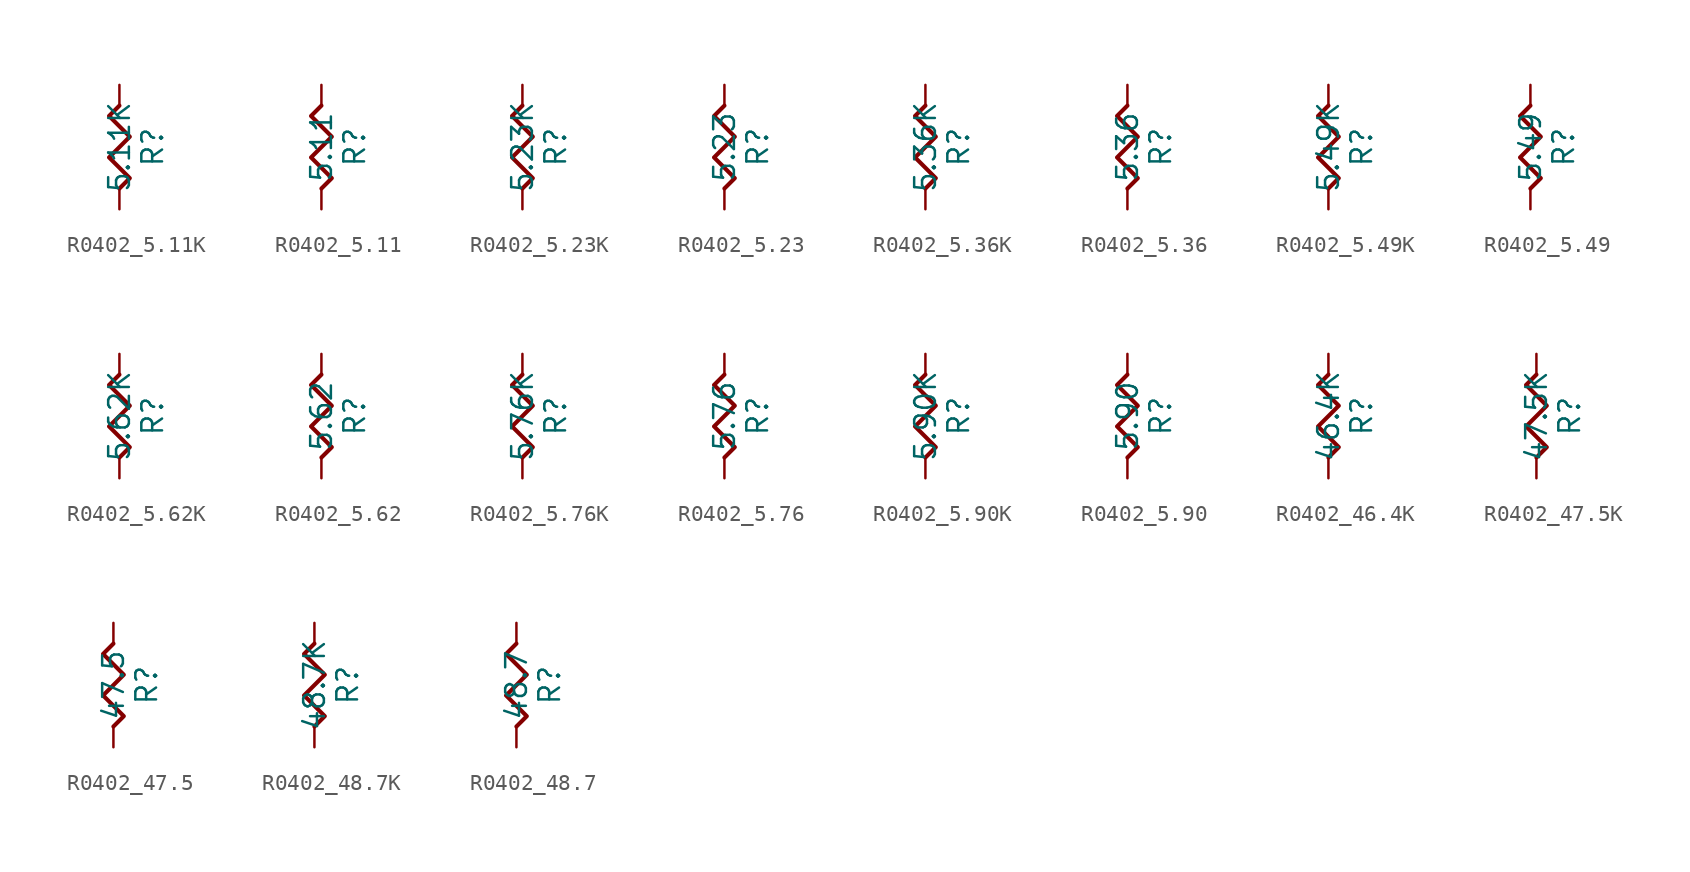
<source format=kicad_sym>
(kicad_symbol_lib
  (version 20211014)
  (generator atlantix-eda)
  (symbol "R0402_5.11K"
    (pin_numbers hide)
    (pin_names
      (offset 0))
    (property "Reference" "R"
      (at 2.032 0 90)
      (effects (font (size 1.27 1.27))))
    (property "Value" "5.11K"
      (at 0 0 90)
      (effects (font (size 1.27 1.27))))
    (symbol "R0402_5.11K_0_1"
      (polyline (pts (xy 0 -2.54) (xy 0.635 -1.905) (xy -0.635 -0.635) (xy 0.635 0.635) (xy -0.635 1.905) (xy 0 2.54)) (stroke (width 0.254) (type default) (color 0 0 0 0)) (fill (type none))))
    (symbol "R0402_5.11K_1_1"
      (pin passive line (at 0 3.81 270) (length 1.27) (name "~" (effects (font (size 1.27 1.27)))) (number "1" (effects (font (size 1.27 1.27)))))
      (pin passive line (at 0 -3.81 90) (length 1.27) (name "~" (effects (font (size 1.27 1.27)))) (number "2" (effects (font (size 1.27 1.27)))))))
  (symbol "R0402_5.11"
    (pin_numbers hide)
    (pin_names
      (offset 0))
    (property "Reference" "R"
      (at 2.032 0 90)
      (effects (font (size 1.27 1.27))))
    (property "Value" "5.11"
      (at 0 0 90)
      (effects (font (size 1.27 1.27))))
    (symbol "R0402_5.11_0_1"
      (polyline (pts (xy 0 -2.54) (xy 0.635 -1.905) (xy -0.635 -0.635) (xy 0.635 0.635) (xy -0.635 1.905) (xy 0 2.54)) (stroke (width 0.254) (type default) (color 0 0 0 0)) (fill (type none))))
    (symbol "R0402_5.11_1_1"
      (pin passive line (at 0 3.81 270) (length 1.27) (name "~" (effects (font (size 1.27 1.27)))) (number "1" (effects (font (size 1.27 1.27)))))
      (pin passive line (at 0 -3.81 90) (length 1.27) (name "~" (effects (font (size 1.27 1.27)))) (number "2" (effects (font (size 1.27 1.27)))))))
  (symbol "R0402_5.23K"
    (pin_numbers hide)
    (pin_names
      (offset 0))
    (property "Reference" "R"
      (at 2.032 0 90)
      (effects (font (size 1.27 1.27))))
    (property "Value" "5.23K"
      (at 0 0 90)
      (effects (font (size 1.27 1.27))))
    (symbol "R0402_5.23K_0_1"
      (polyline (pts (xy 0 -2.54) (xy 0.635 -1.905) (xy -0.635 -0.635) (xy 0.635 0.635) (xy -0.635 1.905) (xy 0 2.54)) (stroke (width 0.254) (type default) (color 0 0 0 0)) (fill (type none))))
    (symbol "R0402_5.23K_1_1"
      (pin passive line (at 0 3.81 270) (length 1.27) (name "~" (effects (font (size 1.27 1.27)))) (number "1" (effects (font (size 1.27 1.27)))))
      (pin passive line (at 0 -3.81 90) (length 1.27) (name "~" (effects (font (size 1.27 1.27)))) (number "2" (effects (font (size 1.27 1.27)))))))
  (symbol "R0402_5.23"
    (pin_numbers hide)
    (pin_names
      (offset 0))
    (property "Reference" "R"
      (at 2.032 0 90)
      (effects (font (size 1.27 1.27))))
    (property "Value" "5.23"
      (at 0 0 90)
      (effects (font (size 1.27 1.27))))
    (symbol "R0402_5.23_0_1"
      (polyline (pts (xy 0 -2.54) (xy 0.635 -1.905) (xy -0.635 -0.635) (xy 0.635 0.635) (xy -0.635 1.905) (xy 0 2.54)) (stroke (width 0.254) (type default) (color 0 0 0 0)) (fill (type none))))
    (symbol "R0402_5.23_1_1"
      (pin passive line (at 0 3.81 270) (length 1.27) (name "~" (effects (font (size 1.27 1.27)))) (number "1" (effects (font (size 1.27 1.27)))))
      (pin passive line (at 0 -3.81 90) (length 1.27) (name "~" (effects (font (size 1.27 1.27)))) (number "2" (effects (font (size 1.27 1.27)))))))
  (symbol "R0402_5.36K"
    (pin_numbers hide)
    (pin_names
      (offset 0))
    (property "Reference" "R"
      (at 2.032 0 90)
      (effects (font (size 1.27 1.27))))
    (property "Value" "5.36K"
      (at 0 0 90)
      (effects (font (size 1.27 1.27))))
    (symbol "R0402_5.36K_0_1"
      (polyline (pts (xy 0 -2.54) (xy 0.635 -1.905) (xy -0.635 -0.635) (xy 0.635 0.635) (xy -0.635 1.905) (xy 0 2.54)) (stroke (width 0.254) (type default) (color 0 0 0 0)) (fill (type none))))
    (symbol "R0402_5.36K_1_1"
      (pin passive line (at 0 3.81 270) (length 1.27) (name "~" (effects (font (size 1.27 1.27)))) (number "1" (effects (font (size 1.27 1.27)))))
      (pin passive line (at 0 -3.81 90) (length 1.27) (name "~" (effects (font (size 1.27 1.27)))) (number "2" (effects (font (size 1.27 1.27)))))))
  (symbol "R0402_5.36"
    (pin_numbers hide)
    (pin_names
      (offset 0))
    (property "Reference" "R"
      (at 2.032 0 90)
      (effects (font (size 1.27 1.27))))
    (property "Value" "5.36"
      (at 0 0 90)
      (effects (font (size 1.27 1.27))))
    (symbol "R0402_5.36_0_1"
      (polyline (pts (xy 0 -2.54) (xy 0.635 -1.905) (xy -0.635 -0.635) (xy 0.635 0.635) (xy -0.635 1.905) (xy 0 2.54)) (stroke (width 0.254) (type default) (color 0 0 0 0)) (fill (type none))))
    (symbol "R0402_5.36_1_1"
      (pin passive line (at 0 3.81 270) (length 1.27) (name "~" (effects (font (size 1.27 1.27)))) (number "1" (effects (font (size 1.27 1.27)))))
      (pin passive line (at 0 -3.81 90) (length 1.27) (name "~" (effects (font (size 1.27 1.27)))) (number "2" (effects (font (size 1.27 1.27)))))))
  (symbol "R0402_5.49K"
    (pin_numbers hide)
    (pin_names
      (offset 0))
    (property "Reference" "R"
      (at 2.032 0 90)
      (effects (font (size 1.27 1.27))))
    (property "Value" "5.49K"
      (at 0 0 90)
      (effects (font (size 1.27 1.27))))
    (symbol "R0402_5.49K_0_1"
      (polyline (pts (xy 0 -2.54) (xy 0.635 -1.905) (xy -0.635 -0.635) (xy 0.635 0.635) (xy -0.635 1.905) (xy 0 2.54)) (stroke (width 0.254) (type default) (color 0 0 0 0)) (fill (type none))))
    (symbol "R0402_5.49K_1_1"
      (pin passive line (at 0 3.81 270) (length 1.27) (name "~" (effects (font (size 1.27 1.27)))) (number "1" (effects (font (size 1.27 1.27)))))
      (pin passive line (at 0 -3.81 90) (length 1.27) (name "~" (effects (font (size 1.27 1.27)))) (number "2" (effects (font (size 1.27 1.27)))))))
  (symbol "R0402_5.49"
    (pin_numbers hide)
    (pin_names
      (offset 0))
    (property "Reference" "R"
      (at 2.032 0 90)
      (effects (font (size 1.27 1.27))))
    (property "Value" "5.49"
      (at 0 0 90)
      (effects (font (size 1.27 1.27))))
    (symbol "R0402_5.49_0_1"
      (polyline (pts (xy 0 -2.54) (xy 0.635 -1.905) (xy -0.635 -0.635) (xy 0.635 0.635) (xy -0.635 1.905) (xy 0 2.54)) (stroke (width 0.254) (type default) (color 0 0 0 0)) (fill (type none))))
    (symbol "R0402_5.49_1_1"
      (pin passive line (at 0 3.81 270) (length 1.27) (name "~" (effects (font (size 1.27 1.27)))) (number "1" (effects (font (size 1.27 1.27)))))
      (pin passive line (at 0 -3.81 90) (length 1.27) (name "~" (effects (font (size 1.27 1.27)))) (number "2" (effects (font (size 1.27 1.27)))))))
  (symbol "R0402_5.62K"
    (pin_numbers hide)
    (pin_names
      (offset 0))
    (property "Reference" "R"
      (at 2.032 0 90)
      (effects (font (size 1.27 1.27))))
    (property "Value" "5.62K"
      (at 0 0 90)
      (effects (font (size 1.27 1.27))))
    (symbol "R0402_5.62K_0_1"
      (polyline (pts (xy 0 -2.54) (xy 0.635 -1.905) (xy -0.635 -0.635) (xy 0.635 0.635) (xy -0.635 1.905) (xy 0 2.54)) (stroke (width 0.254) (type default) (color 0 0 0 0)) (fill (type none))))
    (symbol "R0402_5.62K_1_1"
      (pin passive line (at 0 3.81 270) (length 1.27) (name "~" (effects (font (size 1.27 1.27)))) (number "1" (effects (font (size 1.27 1.27)))))
      (pin passive line (at 0 -3.81 90) (length 1.27) (name "~" (effects (font (size 1.27 1.27)))) (number "2" (effects (font (size 1.27 1.27)))))))
  (symbol "R0402_5.62"
    (pin_numbers hide)
    (pin_names
      (offset 0))
    (property "Reference" "R"
      (at 2.032 0 90)
      (effects (font (size 1.27 1.27))))
    (property "Value" "5.62"
      (at 0 0 90)
      (effects (font (size 1.27 1.27))))
    (symbol "R0402_5.62_0_1"
      (polyline (pts (xy 0 -2.54) (xy 0.635 -1.905) (xy -0.635 -0.635) (xy 0.635 0.635) (xy -0.635 1.905) (xy 0 2.54)) (stroke (width 0.254) (type default) (color 0 0 0 0)) (fill (type none))))
    (symbol "R0402_5.62_1_1"
      (pin passive line (at 0 3.81 270) (length 1.27) (name "~" (effects (font (size 1.27 1.27)))) (number "1" (effects (font (size 1.27 1.27)))))
      (pin passive line (at 0 -3.81 90) (length 1.27) (name "~" (effects (font (size 1.27 1.27)))) (number "2" (effects (font (size 1.27 1.27)))))))
  (symbol "R0402_5.76K"
    (pin_numbers hide)
    (pin_names
      (offset 0))
    (property "Reference" "R"
      (at 2.032 0 90)
      (effects (font (size 1.27 1.27))))
    (property "Value" "5.76K"
      (at 0 0 90)
      (effects (font (size 1.27 1.27))))
    (symbol "R0402_5.76K_0_1"
      (polyline (pts (xy 0 -2.54) (xy 0.635 -1.905) (xy -0.635 -0.635) (xy 0.635 0.635) (xy -0.635 1.905) (xy 0 2.54)) (stroke (width 0.254) (type default) (color 0 0 0 0)) (fill (type none))))
    (symbol "R0402_5.76K_1_1"
      (pin passive line (at 0 3.81 270) (length 1.27) (name "~" (effects (font (size 1.27 1.27)))) (number "1" (effects (font (size 1.27 1.27)))))
      (pin passive line (at 0 -3.81 90) (length 1.27) (name "~" (effects (font (size 1.27 1.27)))) (number "2" (effects (font (size 1.27 1.27)))))))
  (symbol "R0402_5.76"
    (pin_numbers hide)
    (pin_names
      (offset 0))
    (property "Reference" "R"
      (at 2.032 0 90)
      (effects (font (size 1.27 1.27))))
    (property "Value" "5.76"
      (at 0 0 90)
      (effects (font (size 1.27 1.27))))
    (symbol "R0402_5.76_0_1"
      (polyline (pts (xy 0 -2.54) (xy 0.635 -1.905) (xy -0.635 -0.635) (xy 0.635 0.635) (xy -0.635 1.905) (xy 0 2.54)) (stroke (width 0.254) (type default) (color 0 0 0 0)) (fill (type none))))
    (symbol "R0402_5.76_1_1"
      (pin passive line (at 0 3.81 270) (length 1.27) (name "~" (effects (font (size 1.27 1.27)))) (number "1" (effects (font (size 1.27 1.27)))))
      (pin passive line (at 0 -3.81 90) (length 1.27) (name "~" (effects (font (size 1.27 1.27)))) (number "2" (effects (font (size 1.27 1.27)))))))
  (symbol "R0402_5.90K"
    (pin_numbers hide)
    (pin_names
      (offset 0))
    (property "Reference" "R"
      (at 2.032 0 90)
      (effects (font (size 1.27 1.27))))
    (property "Value" "5.90K"
      (at 0 0 90)
      (effects (font (size 1.27 1.27))))
    (symbol "R0402_5.90K_0_1"
      (polyline (pts (xy 0 -2.54) (xy 0.635 -1.905) (xy -0.635 -0.635) (xy 0.635 0.635) (xy -0.635 1.905) (xy 0 2.54)) (stroke (width 0.254) (type default) (color 0 0 0 0)) (fill (type none))))
    (symbol "R0402_5.90K_1_1"
      (pin passive line (at 0 3.81 270) (length 1.27) (name "~" (effects (font (size 1.27 1.27)))) (number "1" (effects (font (size 1.27 1.27)))))
      (pin passive line (at 0 -3.81 90) (length 1.27) (name "~" (effects (font (size 1.27 1.27)))) (number "2" (effects (font (size 1.27 1.27)))))))
  (symbol "R0402_5.90"
    (pin_numbers hide)
    (pin_names
      (offset 0))
    (property "Reference" "R"
      (at 2.032 0 90)
      (effects (font (size 1.27 1.27))))
    (property "Value" "5.90"
      (at 0 0 90)
      (effects (font (size 1.27 1.27))))
    (symbol "R0402_5.90_0_1"
      (polyline (pts (xy 0 -2.54) (xy 0.635 -1.905) (xy -0.635 -0.635) (xy 0.635 0.635) (xy -0.635 1.905) (xy 0 2.54)) (stroke (width 0.254) (type default) (color 0 0 0 0)) (fill (type none))))
    (symbol "R0402_5.90_1_1"
      (pin passive line (at 0 3.81 270) (length 1.27) (name "~" (effects (font (size 1.27 1.27)))) (number "1" (effects (font (size 1.27 1.27)))))
      (pin passive line (at 0 -3.81 90) (length 1.27) (name "~" (effects (font (size 1.27 1.27)))) (number "2" (effects (font (size 1.27 1.27)))))))
  (symbol "R0402_46.4K"
    (pin_numbers hide)
    (pin_names
      (offset 0))
    (property "Reference" "R"
      (at 2.032 0 90)
      (effects (font (size 1.27 1.27))))
    (property "Value" "46.4K"
      (at 0 0 90)
      (effects (font (size 1.27 1.27))))
    (symbol "R0402_46.4K_0_1"
      (polyline (pts (xy 0 -2.54) (xy 0.635 -1.905) (xy -0.635 -0.635) (xy 0.635 0.635) (xy -0.635 1.905) (xy 0 2.54)) (stroke (width 0.254) (type default) (color 0 0 0 0)) (fill (type none))))
    (symbol "R0402_46.4K_1_1"
      (pin passive line (at 0 3.81 270) (length 1.27) (name "~" (effects (font (size 1.27 1.27)))) (number "1" (effects (font (size 1.27 1.27)))))
      (pin passive line (at 0 -3.81 90) (length 1.27) (name "~" (effects (font (size 1.27 1.27)))) (number "2" (effects (font (size 1.27 1.27)))))))
  (symbol "R0402_47.5K"
    (pin_numbers hide)
    (pin_names
      (offset 0))
    (property "Reference" "R"
      (at 2.032 0 90)
      (effects (font (size 1.27 1.27))))
    (property "Value" "47.5K"
      (at 0 0 90)
      (effects (font (size 1.27 1.27))))
    (symbol "R0402_47.5K_0_1"
      (polyline (pts (xy 0 -2.54) (xy 0.635 -1.905) (xy -0.635 -0.635) (xy 0.635 0.635) (xy -0.635 1.905) (xy 0 2.54)) (stroke (width 0.254) (type default) (color 0 0 0 0)) (fill (type none))))
    (symbol "R0402_47.5K_1_1"
      (pin passive line (at 0 3.81 270) (length 1.27) (name "~" (effects (font (size 1.27 1.27)))) (number "1" (effects (font (size 1.27 1.27)))))
      (pin passive line (at 0 -3.81 90) (length 1.27) (name "~" (effects (font (size 1.27 1.27)))) (number "2" (effects (font (size 1.27 1.27)))))))
  (symbol "R0402_47.5"
    (pin_numbers hide)
    (pin_names
      (offset 0))
    (property "Reference" "R"
      (at 2.032 0 90)
      (effects (font (size 1.27 1.27))))
    (property "Value" "47.5"
      (at 0 0 90)
      (effects (font (size 1.27 1.27))))
    (symbol "R0402_47.5_0_1"
      (polyline (pts (xy 0 -2.54) (xy 0.635 -1.905) (xy -0.635 -0.635) (xy 0.635 0.635) (xy -0.635 1.905) (xy 0 2.54)) (stroke (width 0.254) (type default) (color 0 0 0 0)) (fill (type none))))
    (symbol "R0402_47.5_1_1"
      (pin passive line (at 0 3.81 270) (length 1.27) (name "~" (effects (font (size 1.27 1.27)))) (number "1" (effects (font (size 1.27 1.27)))))
      (pin passive line (at 0 -3.81 90) (length 1.27) (name "~" (effects (font (size 1.27 1.27)))) (number "2" (effects (font (size 1.27 1.27)))))))
  (symbol "R0402_48.7K"
    (pin_numbers hide)
    (pin_names
      (offset 0))
    (property "Reference" "R"
      (at 2.032 0 90)
      (effects (font (size 1.27 1.27))))
    (property "Value" "48.7K"
      (at 0 0 90)
      (effects (font (size 1.27 1.27))))
    (symbol "R0402_48.7K_0_1"
      (polyline (pts (xy 0 -2.54) (xy 0.635 -1.905) (xy -0.635 -0.635) (xy 0.635 0.635) (xy -0.635 1.905) (xy 0 2.54)) (stroke (width 0.254) (type default) (color 0 0 0 0)) (fill (type none))))
    (symbol "R0402_48.7K_1_1"
      (pin passive line (at 0 3.81 270) (length 1.27) (name "~" (effects (font (size 1.27 1.27)))) (number "1" (effects (font (size 1.27 1.27)))))
      (pin passive line (at 0 -3.81 90) (length 1.27) (name "~" (effects (font (size 1.27 1.27)))) (number "2" (effects (font (size 1.27 1.27)))))))
  (symbol "R0402_48.7"
    (pin_numbers hide)
    (pin_names
      (offset 0))
    (property "Reference" "R"
      (at 2.032 0 90)
      (effects (font (size 1.27 1.27))))
    (property "Value" "48.7"
      (at 0 0 90)
      (effects (font (size 1.27 1.27))))
    (symbol "R0402_48.7_0_1"
      (polyline (pts (xy 0 -2.54) (xy 0.635 -1.905) (xy -0.635 -0.635) (xy 0.635 0.635) (xy -0.635 1.905) (xy 0 2.54)) (stroke (width 0.254) (type default) (color 0 0 0 0)) (fill (type none))))
    (symbol "R0402_48.7_1_1"
      (pin passive line (at 0 3.81 270) (length 1.27) (name "~" (effects (font (size 1.27 1.27)))) (number "1" (effects (font (size 1.27 1.27)))))
      (pin passive line (at 0 -3.81 90) (length 1.27) (name "~" (effects (font (size 1.27 1.27)))) (number "2" (effects (font (size 1.27 1.27))))))))
</source>
